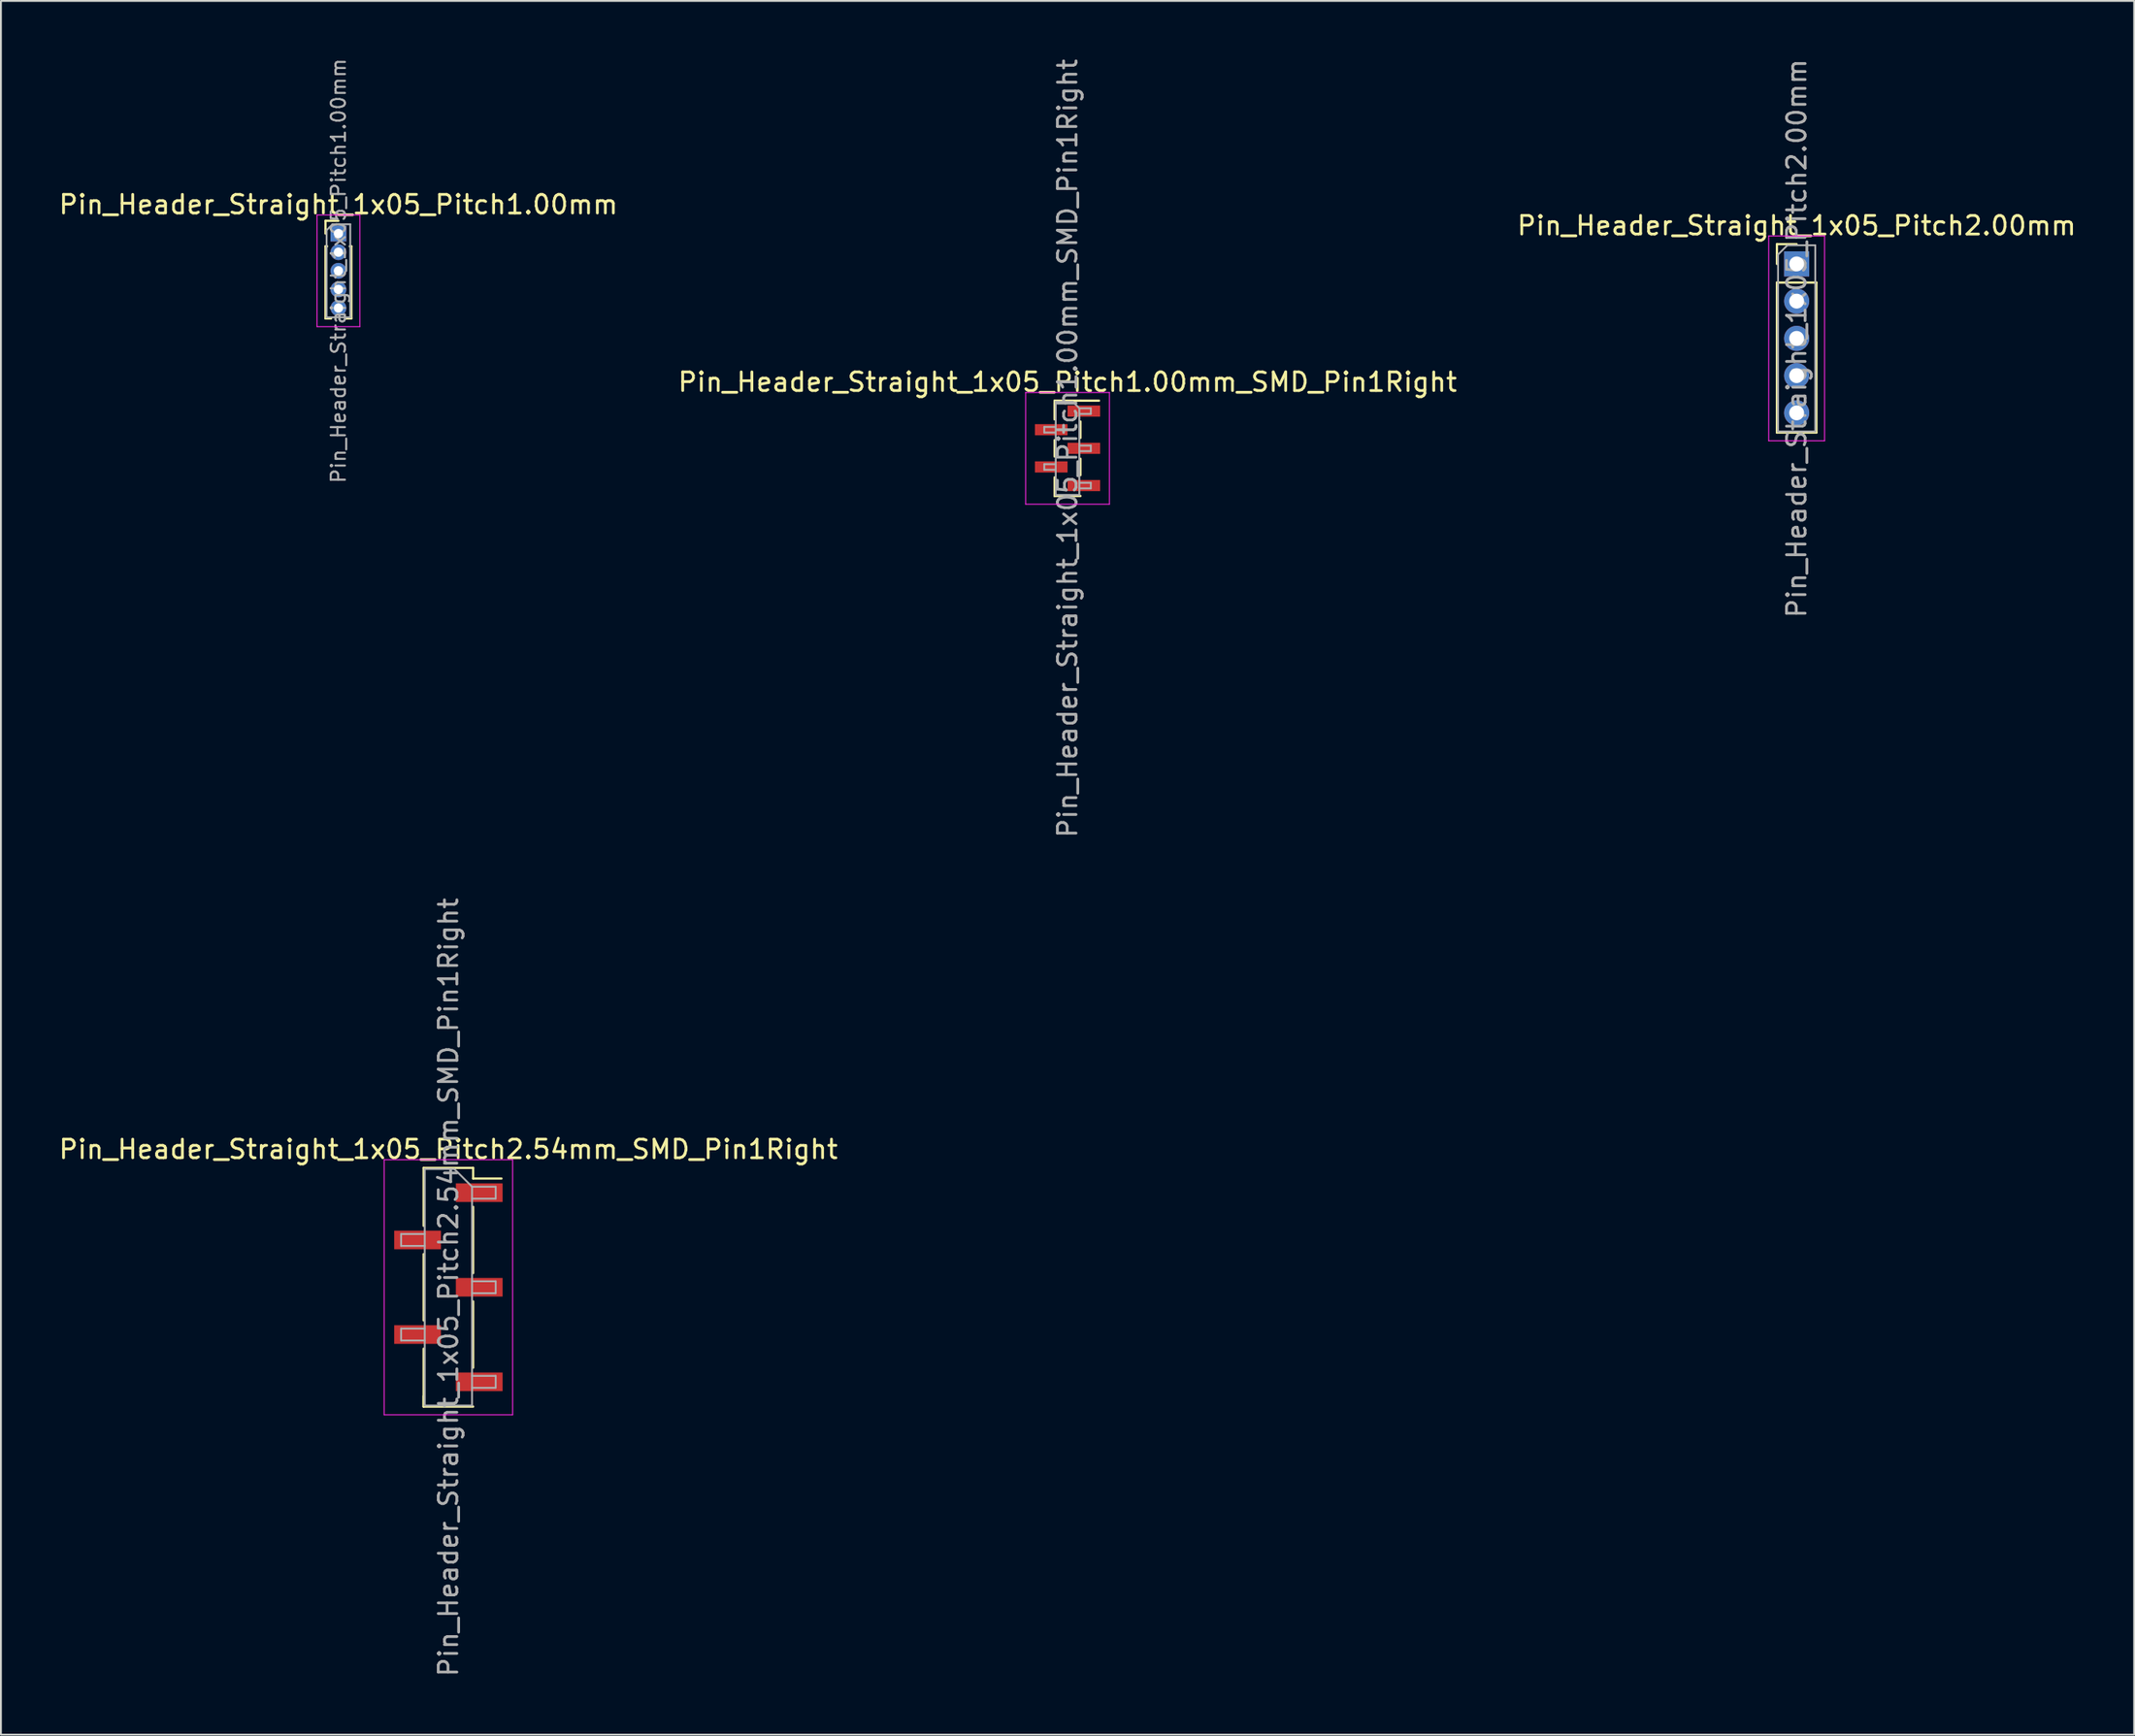
<source format=kicad_pcb>
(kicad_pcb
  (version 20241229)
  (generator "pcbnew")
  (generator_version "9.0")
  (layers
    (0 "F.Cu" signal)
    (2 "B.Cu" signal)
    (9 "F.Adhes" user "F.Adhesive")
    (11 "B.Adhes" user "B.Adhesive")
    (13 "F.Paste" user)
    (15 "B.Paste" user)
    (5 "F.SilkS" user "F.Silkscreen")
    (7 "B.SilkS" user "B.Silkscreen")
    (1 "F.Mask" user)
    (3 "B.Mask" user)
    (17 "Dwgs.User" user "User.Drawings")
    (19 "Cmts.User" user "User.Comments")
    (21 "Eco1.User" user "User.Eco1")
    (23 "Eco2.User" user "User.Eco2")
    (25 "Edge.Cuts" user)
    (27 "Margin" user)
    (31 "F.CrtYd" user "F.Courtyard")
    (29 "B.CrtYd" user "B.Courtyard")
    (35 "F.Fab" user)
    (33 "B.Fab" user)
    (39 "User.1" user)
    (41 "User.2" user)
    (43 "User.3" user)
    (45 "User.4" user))
  (footprint "Pin_Header_Straight_1x05_Pitch1.00mm_SMD_Pin1Right"
    (layer "F.Cu")
    (at 54.28 21.03)
    (property "Reference" "Pin_Header_Straight_1x05_Pitch1.00mm_SMD_Pin1Right" (at 0 -3.56 0) (layer "F.SilkS") (effects (font (size 1 1) (thickness 0.15))))
    (attr smd)
    (fp_line (start -0.695 -2.56) (end -0.695 -1.56) (stroke (width 0.12) (type solid)) (layer "F.SilkS"))
    (fp_line (start -0.695 -2.56) (end 0.695 -2.56) (stroke (width 0.12) (type solid)) (layer "F.SilkS"))
    (fp_line (start -0.695 -2.44) (end -0.695 -1.56) (stroke (width 0.12) (type solid)) (layer "F.SilkS"))
    (fp_line (start -0.695 -0.44) (end -0.695 0.44) (stroke (width 0.12) (type solid)) (layer "F.SilkS"))
    (fp_line (start -0.695 1.56) (end -0.695 2.56) (stroke (width 0.12) (type solid)) (layer "F.SilkS"))
    (fp_line (start -0.695 2.56) (end -0.695 2.56) (stroke (width 0.12) (type solid)) (layer "F.SilkS"))
    (fp_line (start -0.695 2.56) (end 0.695 2.56) (stroke (width 0.12) (type solid)) (layer "F.SilkS"))
    (fp_line (start 0.695 -2.56) (end 0.695 -2.56) (stroke (width 0.12) (type solid)) (layer "F.SilkS"))
    (fp_line (start 0.695 -2.56) (end 1.69 -2.56) (stroke (width 0.12) (type solid)) (layer "F.SilkS"))
    (fp_line (start 0.695 -1.44) (end 0.695 -0.56) (stroke (width 0.12) (type solid)) (layer "F.SilkS"))
    (fp_line (start 0.695 0.56) (end 0.695 1.44) (stroke (width 0.12) (type solid)) (layer "F.SilkS"))
    (fp_line (start -2.25 -3) (end -2.25 3) (stroke (width 0.05) (type solid)) (layer "F.CrtYd"))
    (fp_line (start -2.25 3) (end 2.25 3) (stroke (width 0.05) (type solid)) (layer "F.CrtYd"))
    (fp_line (start 2.25 -3) (end -2.25 -3) (stroke (width 0.05) (type solid)) (layer "F.CrtYd"))
    (fp_line (start 2.25 3) (end 2.25 -3) (stroke (width 0.05) (type solid)) (layer "F.CrtYd"))
    (fp_line (start -1.25 -1.15) (end -1.25 -0.85) (stroke (width 0.1) (type solid)) (layer "F.Fab"))
    (fp_line (start -1.25 -0.85) (end -0.635 -0.85) (stroke (width 0.1) (type solid)) (layer "F.Fab"))
    (fp_line (start -1.25 0.85) (end -1.25 1.15) (stroke (width 0.1) (type solid)) (layer "F.Fab"))
    (fp_line (start -1.25 1.15) (end -0.635 1.15) (stroke (width 0.1) (type solid)) (layer "F.Fab"))
    (fp_line (start -0.635 -2.5) (end -0.635 2.5) (stroke (width 0.1) (type solid)) (layer "F.Fab"))
    (fp_line (start -0.635 -2.5) (end 0.285 -2.5) (stroke (width 0.1) (type solid)) (layer "F.Fab"))
    (fp_line (start -0.635 -1.15) (end -1.25 -1.15) (stroke (width 0.1) (type solid)) (layer "F.Fab"))
    (fp_line (start -0.635 0.85) (end -1.25 0.85) (stroke (width 0.1) (type solid)) (layer "F.Fab"))
    (fp_line (start 0.635 -2.15) (end 0.285 -2.5) (stroke (width 0.1) (type solid)) (layer "F.Fab"))
    (fp_line (start 0.635 -2.15) (end 1.25 -2.15) (stroke (width 0.1) (type solid)) (layer "F.Fab"))
    (fp_line (start 0.635 -0.15) (end 1.25 -0.15) (stroke (width 0.1) (type solid)) (layer "F.Fab"))
    (fp_line (start 0.635 1.85) (end 1.25 1.85) (stroke (width 0.1) (type solid)) (layer "F.Fab"))
    (fp_line (start 0.635 2.5) (end -0.635 2.5) (stroke (width 0.1) (type solid)) (layer "F.Fab"))
    (fp_line (start 0.635 2.5) (end 0.635 -2.15) (stroke (width 0.1) (type solid)) (layer "F.Fab"))
    (fp_line (start 1.25 -2.15) (end 1.25 -1.85) (stroke (width 0.1) (type solid)) (layer "F.Fab"))
    (fp_line (start 1.25 -1.85) (end 0.635 -1.85) (stroke (width 0.1) (type solid)) (layer "F.Fab"))
    (fp_line (start 1.25 -0.15) (end 1.25 0.15) (stroke (width 0.1) (type solid)) (layer "F.Fab"))
    (fp_line (start 1.25 0.15) (end 0.635 0.15) (stroke (width 0.1) (type solid)) (layer "F.Fab"))
    (fp_line (start 1.25 1.85) (end 1.25 2.15) (stroke (width 0.1) (type solid)) (layer "F.Fab"))
    (fp_line (start 1.25 2.15) (end 0.635 2.15) (stroke (width 0.1) (type solid)) (layer "F.Fab"))
    (fp_text user "${REFERENCE}" (at 0 0 90) (layer "F.Fab") (effects (font (size 1 1) (thickness 0.15))))
    (pad "1" smd rect (at 0.875 -2) (size 1.75 0.6) (layers "F.Cu" "F.Mask" "F.Paste"))
    (pad "2" smd rect (at -0.875 -1) (size 1.75 0.6) (layers "F.Cu" "F.Mask" "F.Paste"))
    (pad "3" smd rect (at 0.875 0) (size 1.75 0.6) (layers "F.Cu" "F.Mask" "F.Paste"))
    (pad "4" smd rect (at -0.875 1) (size 1.75 0.6) (layers "F.Cu" "F.Mask" "F.Paste"))
    (pad "5" smd rect (at 0.875 2) (size 1.75 0.6) (layers "F.Cu" "F.Mask" "F.Paste")))
  (footprint "Pin_Header_Straight_1x05_Pitch2.54mm_SMD_Pin1Right"
    (layer "F.Cu")
    (at 21.03 66.089)
    (property "Reference" "Pin_Header_Straight_1x05_Pitch2.54mm_SMD_Pin1Right" (at 0 -7.41 0) (layer "F.SilkS") (effects (font (size 1 1) (thickness 0.15))))
    (attr smd)
    (fp_line (start -1.33 -6.41) (end -1.33 -3.3) (stroke (width 0.12) (type solid)) (layer "F.SilkS"))
    (fp_line (start -1.33 -6.41) (end 1.33 -6.41) (stroke (width 0.12) (type solid)) (layer "F.SilkS"))
    (fp_line (start -1.33 -1.78) (end -1.33 1.78) (stroke (width 0.12) (type solid)) (layer "F.SilkS"))
    (fp_line (start -1.33 3.3) (end -1.33 6.41) (stroke (width 0.12) (type solid)) (layer "F.SilkS"))
    (fp_line (start -1.33 5.84) (end -1.33 6.41) (stroke (width 0.12) (type solid)) (layer "F.SilkS"))
    (fp_line (start -1.33 6.41) (end 1.33 6.41) (stroke (width 0.12) (type solid)) (layer "F.SilkS"))
    (fp_line (start 1.33 -6.41) (end 1.33 -5.84) (stroke (width 0.12) (type solid)) (layer "F.SilkS"))
    (fp_line (start 1.33 -5.84) (end 2.85 -5.84) (stroke (width 0.12) (type solid)) (layer "F.SilkS"))
    (fp_line (start 1.33 -4.32) (end 1.33 -0.76) (stroke (width 0.12) (type solid)) (layer "F.SilkS"))
    (fp_line (start 1.33 0.76) (end 1.33 4.32) (stroke (width 0.12) (type solid)) (layer "F.SilkS"))
    (fp_line (start -3.45 -6.85) (end -3.45 6.85) (stroke (width 0.05) (type solid)) (layer "F.CrtYd"))
    (fp_line (start -3.45 6.85) (end 3.45 6.85) (stroke (width 0.05) (type solid)) (layer "F.CrtYd"))
    (fp_line (start 3.45 -6.85) (end -3.45 -6.85) (stroke (width 0.05) (type solid)) (layer "F.CrtYd"))
    (fp_line (start 3.45 6.85) (end 3.45 -6.85) (stroke (width 0.05) (type solid)) (layer "F.CrtYd"))
    (fp_line (start -2.54 -2.86) (end -2.54 -2.22) (stroke (width 0.1) (type solid)) (layer "F.Fab"))
    (fp_line (start -2.54 -2.22) (end -1.27 -2.22) (stroke (width 0.1) (type solid)) (layer "F.Fab"))
    (fp_line (start -2.54 2.22) (end -2.54 2.86) (stroke (width 0.1) (type solid)) (layer "F.Fab"))
    (fp_line (start -2.54 2.86) (end -1.27 2.86) (stroke (width 0.1) (type solid)) (layer "F.Fab"))
    (fp_line (start -1.27 -6.35) (end -1.27 6.35) (stroke (width 0.1) (type solid)) (layer "F.Fab"))
    (fp_line (start -1.27 -6.35) (end 0.32 -6.35) (stroke (width 0.1) (type solid)) (layer "F.Fab"))
    (fp_line (start -1.27 -2.86) (end -2.54 -2.86) (stroke (width 0.1) (type solid)) (layer "F.Fab"))
    (fp_line (start -1.27 2.22) (end -2.54 2.22) (stroke (width 0.1) (type solid)) (layer "F.Fab"))
    (fp_line (start 1.27 -5.4) (end 0.32 -6.35) (stroke (width 0.1) (type solid)) (layer "F.Fab"))
    (fp_line (start 1.27 -5.4) (end 2.54 -5.4) (stroke (width 0.1) (type solid)) (layer "F.Fab"))
    (fp_line (start 1.27 -0.32) (end 2.54 -0.32) (stroke (width 0.1) (type solid)) (layer "F.Fab"))
    (fp_line (start 1.27 4.76) (end 2.54 4.76) (stroke (width 0.1) (type solid)) (layer "F.Fab"))
    (fp_line (start 1.27 6.35) (end -1.27 6.35) (stroke (width 0.1) (type solid)) (layer "F.Fab"))
    (fp_line (start 1.27 6.35) (end 1.27 -5.4) (stroke (width 0.1) (type solid)) (layer "F.Fab"))
    (fp_line (start 2.54 -5.4) (end 2.54 -4.76) (stroke (width 0.1) (type solid)) (layer "F.Fab"))
    (fp_line (start 2.54 -4.76) (end 1.27 -4.76) (stroke (width 0.1) (type solid)) (layer "F.Fab"))
    (fp_line (start 2.54 -0.32) (end 2.54 0.32) (stroke (width 0.1) (type solid)) (layer "F.Fab"))
    (fp_line (start 2.54 0.32) (end 1.27 0.32) (stroke (width 0.1) (type solid)) (layer "F.Fab"))
    (fp_line (start 2.54 4.76) (end 2.54 5.4) (stroke (width 0.1) (type solid)) (layer "F.Fab"))
    (fp_line (start 2.54 5.4) (end 1.27 5.4) (stroke (width 0.1) (type solid)) (layer "F.Fab"))
    (fp_text user "${REFERENCE}" (at 0 0 90) (layer "F.Fab") (effects (font (size 1 1) (thickness 0.15))))
    (pad "1" smd rect (at 1.655 -5.08) (size 2.51 1) (layers "F.Cu" "F.Mask" "F.Paste"))
    (pad "2" smd rect (at -1.655 -2.54) (size 2.51 1) (layers "F.Cu" "F.Mask" "F.Paste"))
    (pad "3" smd rect (at 1.655 0) (size 2.51 1) (layers "F.Cu" "F.Mask" "F.Paste"))
    (pad "4" smd rect (at -1.655 2.54) (size 2.51 1) (layers "F.Cu" "F.Mask" "F.Paste"))
    (pad "5" smd rect (at 1.655 5.08) (size 2.51 1) (layers "F.Cu" "F.Mask" "F.Paste")))
  (footprint "Pin_Header_Straight_1x05_Pitch1.00mm"
    (layer "F.Cu")
    (at 15.125 9.495)
    (property "Reference" "Pin_Header_Straight_1x05_Pitch1.00mm" (at 0 -1.56 0) (layer "F.SilkS") (effects (font (size 1 1) (thickness 0.15))))
    (attr through_hole)
    (fp_line (start -0.695 -0.685) (end 0 -0.685) (stroke (width 0.12) (type solid)) (layer "F.SilkS"))
    (fp_line (start -0.695 0) (end -0.695 -0.685) (stroke (width 0.12) (type solid)) (layer "F.SilkS"))
    (fp_line (start -0.695 0.685) (end -0.695 4.56) (stroke (width 0.12) (type solid)) (layer "F.SilkS"))
    (fp_line (start -0.695 0.685) (end -0.608 0.685) (stroke (width 0.12) (type solid)) (layer "F.SilkS"))
    (fp_line (start -0.695 4.56) (end -0.394 4.56) (stroke (width 0.12) (type solid)) (layer "F.SilkS"))
    (fp_line (start 0.394 4.56) (end 0.695 4.56) (stroke (width 0.12) (type solid)) (layer "F.SilkS"))
    (fp_line (start 0.608 0.685) (end 0.695 0.685) (stroke (width 0.12) (type solid)) (layer "F.SilkS"))
    (fp_line (start 0.695 0.685) (end 0.695 4.56) (stroke (width 0.12) (type solid)) (layer "F.SilkS"))
    (fp_line (start -1.15 -1) (end -1.15 5) (stroke (width 0.05) (type solid)) (layer "F.CrtYd"))
    (fp_line (start -1.15 5) (end 1.15 5) (stroke (width 0.05) (type solid)) (layer "F.CrtYd"))
    (fp_line (start 1.15 -1) (end -1.15 -1) (stroke (width 0.05) (type solid)) (layer "F.CrtYd"))
    (fp_line (start 1.15 5) (end 1.15 -1) (stroke (width 0.05) (type solid)) (layer "F.CrtYd"))
    (fp_line (start -0.635 -0.182) (end -0.318 -0.5) (stroke (width 0.1) (type solid)) (layer "F.Fab"))
    (fp_line (start -0.635 4.5) (end -0.635 -0.182) (stroke (width 0.1) (type solid)) (layer "F.Fab"))
    (fp_line (start -0.318 -0.5) (end 0.635 -0.5) (stroke (width 0.1) (type solid)) (layer "F.Fab"))
    (fp_line (start 0.635 -0.5) (end 0.635 4.5) (stroke (width 0.1) (type solid)) (layer "F.Fab"))
    (fp_line (start 0.635 4.5) (end -0.635 4.5) (stroke (width 0.1) (type solid)) (layer "F.Fab"))
    (fp_text user "${REFERENCE}" (at 0 2 90) (layer "F.Fab") (effects (font (size 0.76 0.76) (thickness 0.114))))
    (pad "1" thru_hole rect (at 0 0) (size 0.85 0.85) (drill 0.5) (layers "*.Cu" "*.Mask"))
    (pad "2" thru_hole oval (at 0 1) (size 0.85 0.85) (drill 0.5) (layers "*.Cu" "*.Mask"))
    (pad "3" thru_hole oval (at 0 2) (size 0.85 0.85) (drill 0.5) (layers "*.Cu" "*.Mask"))
    (pad "4" thru_hole oval (at 0 3) (size 0.85 0.85) (drill 0.5) (layers "*.Cu" "*.Mask"))
    (pad "5" thru_hole oval (at 0 4) (size 0.85 0.85) (drill 0.5) (layers "*.Cu" "*.Mask")))
  (footprint "Pin_Header_Straight_1x05_Pitch2.00mm"
    (layer "F.Cu")
    (at 93.435 11.125)
    (property "Reference" "Pin_Header_Straight_1x05_Pitch2.00mm" (at 0 -2.06 0) (layer "F.SilkS") (effects (font (size 1 1) (thickness 0.15))))
    (attr through_hole)
    (fp_line (start -1.06 -1.06) (end 0 -1.06) (stroke (width 0.12) (type solid)) (layer "F.SilkS"))
    (fp_line (start -1.06 0) (end -1.06 -1.06) (stroke (width 0.12) (type solid)) (layer "F.SilkS"))
    (fp_line (start -1.06 1) (end -1.06 9.06) (stroke (width 0.12) (type solid)) (layer "F.SilkS"))
    (fp_line (start -1.06 1) (end 1.06 1) (stroke (width 0.12) (type solid)) (layer "F.SilkS"))
    (fp_line (start -1.06 9.06) (end 1.06 9.06) (stroke (width 0.12) (type solid)) (layer "F.SilkS"))
    (fp_line (start 1.06 1) (end 1.06 9.06) (stroke (width 0.12) (type solid)) (layer "F.SilkS"))
    (fp_line (start -1.5 -1.5) (end -1.5 9.5) (stroke (width 0.05) (type solid)) (layer "F.CrtYd"))
    (fp_line (start -1.5 9.5) (end 1.5 9.5) (stroke (width 0.05) (type solid)) (layer "F.CrtYd"))
    (fp_line (start 1.5 -1.5) (end -1.5 -1.5) (stroke (width 0.05) (type solid)) (layer "F.CrtYd"))
    (fp_line (start 1.5 9.5) (end 1.5 -1.5) (stroke (width 0.05) (type solid)) (layer "F.CrtYd"))
    (fp_line (start -1 -0.5) (end -0.5 -1) (stroke (width 0.1) (type solid)) (layer "F.Fab"))
    (fp_line (start -1 9) (end -1 -0.5) (stroke (width 0.1) (type solid)) (layer "F.Fab"))
    (fp_line (start -0.5 -1) (end 1 -1) (stroke (width 0.1) (type solid)) (layer "F.Fab"))
    (fp_line (start 1 -1) (end 1 9) (stroke (width 0.1) (type solid)) (layer "F.Fab"))
    (fp_line (start 1 9) (end -1 9) (stroke (width 0.1) (type solid)) (layer "F.Fab"))
    (fp_text user "${REFERENCE}" (at 0 4 90) (layer "F.Fab") (effects (font (size 1 1) (thickness 0.15))))
    (pad "1" thru_hole rect (at 0 0) (size 1.35 1.35) (drill 0.8) (layers "*.Cu" "*.Mask"))
    (pad "2" thru_hole oval (at 0 2) (size 1.35 1.35) (drill 0.8) (layers "*.Cu" "*.Mask"))
    (pad "3" thru_hole oval (at 0 4) (size 1.35 1.35) (drill 0.8) (layers "*.Cu" "*.Mask"))
    (pad "4" thru_hole oval (at 0 6) (size 1.35 1.35) (drill 0.8) (layers "*.Cu" "*.Mask"))
    (pad "5" thru_hole oval (at 0 8) (size 1.35 1.35) (drill 0.8) (layers "*.Cu" "*.Mask")))
  (gr_rect
    (start -3 -3)
    (end 111.56 90.119)
    (stroke (width 0.1) (type default))
    (fill no)
    (layer "Edge.Cuts")))
</source>
